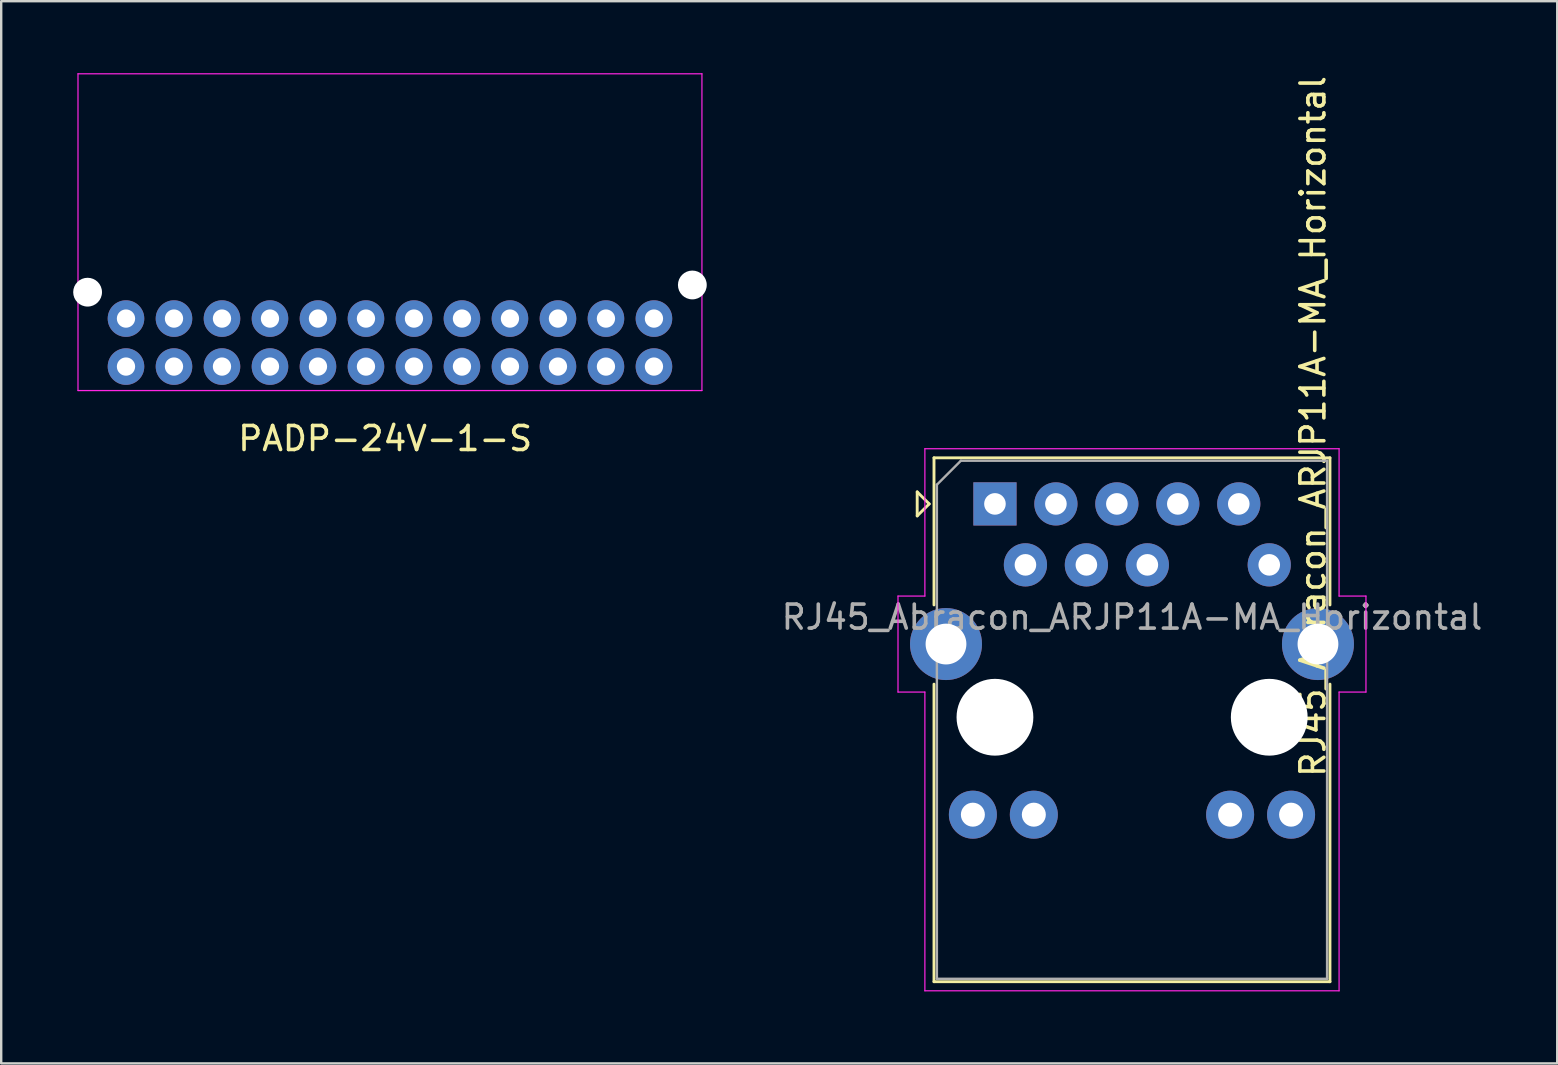
<source format=kicad_pcb>
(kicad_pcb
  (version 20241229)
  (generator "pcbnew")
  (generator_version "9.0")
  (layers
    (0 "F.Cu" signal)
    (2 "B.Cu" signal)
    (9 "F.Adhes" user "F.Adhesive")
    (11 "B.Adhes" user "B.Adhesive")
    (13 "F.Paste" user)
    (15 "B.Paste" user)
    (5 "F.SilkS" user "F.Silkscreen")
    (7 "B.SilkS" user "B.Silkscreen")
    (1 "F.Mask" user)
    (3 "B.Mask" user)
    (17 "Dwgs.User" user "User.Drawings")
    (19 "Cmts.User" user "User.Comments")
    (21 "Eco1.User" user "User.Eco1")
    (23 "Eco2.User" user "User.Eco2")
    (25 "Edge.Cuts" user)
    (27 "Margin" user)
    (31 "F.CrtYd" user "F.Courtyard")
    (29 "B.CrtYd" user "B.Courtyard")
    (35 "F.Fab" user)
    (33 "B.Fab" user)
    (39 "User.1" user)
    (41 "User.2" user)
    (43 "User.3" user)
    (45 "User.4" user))
  (footprint "RJ45_Abracon_ARJP11A-MA_Horizontal"
    (layer "F.Cu")
    (at 38.41 17.948)
    (property "Reference" "RJ45_Abracon_ARJP11A-MA_Horizontal" (at 13.251 -3.228 90) (layer "F.SilkS") (effects (font (size 1 1) (thickness 0.15))))
    (attr through_hole)
    (fp_line (start -3.24 -0.5) (end -3.24 0.5) (stroke (width 0.12) (type solid)) (layer "F.SilkS"))
    (fp_line (start -3.24 0.5) (end -2.74 0) (stroke (width 0.12) (type solid)) (layer "F.SilkS"))
    (fp_line (start -2.74 0) (end -3.24 -0.5) (stroke (width 0.12) (type solid)) (layer "F.SilkS"))
    (fp_line (start -2.54 -1.92) (end -2.54 4.21) (stroke (width 0.12) (type solid)) (layer "F.SilkS"))
    (fp_line (start -2.54 -1.92) (end 13.96 -1.92) (stroke (width 0.12) (type solid)) (layer "F.SilkS"))
    (fp_line (start -2.54 7.51) (end -2.54 19.91) (stroke (width 0.12) (type solid)) (layer "F.SilkS"))
    (fp_line (start -2.54 19.91) (end 13.96 19.91) (stroke (width 0.12) (type solid)) (layer "F.SilkS"))
    (fp_line (start 13.96 -1.92) (end 13.96 4.21) (stroke (width 0.12) (type solid)) (layer "F.SilkS"))
    (fp_line (start 13.96 7.51) (end 13.96 19.91) (stroke (width 0.12) (type solid)) (layer "F.SilkS"))
    (fp_line (start -4.04 3.84) (end -4.04 7.84) (stroke (width 0.05) (type solid)) (layer "F.CrtYd"))
    (fp_line (start -4.04 7.84) (end -2.92 7.84) (stroke (width 0.05) (type solid)) (layer "F.CrtYd"))
    (fp_line (start -2.92 -2.3) (end -2.92 3.84) (stroke (width 0.05) (type solid)) (layer "F.CrtYd"))
    (fp_line (start -2.92 -2.3) (end 14.34 -2.3) (stroke (width 0.05) (type solid)) (layer "F.CrtYd"))
    (fp_line (start -2.92 3.84) (end -4.04 3.84) (stroke (width 0.05) (type solid)) (layer "F.CrtYd"))
    (fp_line (start -2.92 7.84) (end -2.92 20.29) (stroke (width 0.05) (type solid)) (layer "F.CrtYd"))
    (fp_line (start -2.92 20.29) (end 14.34 20.29) (stroke (width 0.05) (type solid)) (layer "F.CrtYd"))
    (fp_line (start 14.34 -2.3) (end 14.34 3.84) (stroke (width 0.05) (type solid)) (layer "F.CrtYd"))
    (fp_line (start 14.34 7.84) (end 14.34 20.29) (stroke (width 0.05) (type solid)) (layer "F.CrtYd"))
    (fp_line (start 14.34 7.84) (end 15.46 7.84) (stroke (width 0.05) (type solid)) (layer "F.CrtYd"))
    (fp_line (start 15.46 3.84) (end 14.34 3.84) (stroke (width 0.05) (type solid)) (layer "F.CrtYd"))
    (fp_line (start 15.46 3.84) (end 15.46 7.84) (stroke (width 0.05) (type solid)) (layer "F.CrtYd"))
    (fp_line (start -2.42 -0.8) (end -1.42 -1.8) (stroke (width 0.1) (type solid)) (layer "F.Fab"))
    (fp_line (start -2.42 19.79) (end -2.42 -0.8) (stroke (width 0.1) (type solid)) (layer "F.Fab"))
    (fp_line (start -1.42 -1.8) (end 13.84 -1.8) (stroke (width 0.1) (type solid)) (layer "F.Fab"))
    (fp_line (start 13.84 -1.8) (end 13.84 19.79) (stroke (width 0.1) (type solid)) (layer "F.Fab"))
    (fp_line (start 13.84 19.79) (end -2.42 19.79) (stroke (width 0.1) (type solid)) (layer "F.Fab"))
    (fp_text user "${REFERENCE}" (at 5.71 4.72 180) (layer "F.Fab") (effects (font (size 1 1) (thickness 0.15))))
    (pad "" np_thru_hole circle (at 0 8.89) (size 3.2 3.2) (drill 3.2) (layers "*.Cu" "*.Mask"))
    (pad "" np_thru_hole circle (at 11.43 8.89) (size 3.2 3.2) (drill 3.2) (layers "*.Cu" "*.Mask"))
    (pad "1" thru_hole rect (at 0 0) (size 1.8 1.8) (drill 0.9) (layers "*.Cu" "*.Mask"))
    (pad "2" thru_hole circle (at 1.27 2.54) (size 1.8 1.8) (drill 0.9) (layers "*.Cu" "*.Mask"))
    (pad "3" thru_hole circle (at 2.54 0) (size 1.8 1.8) (drill 0.9) (layers "*.Cu" "*.Mask"))
    (pad "4" thru_hole circle (at 3.81 2.54) (size 1.8 1.8) (drill 0.9) (layers "*.Cu" "*.Mask"))
    (pad "5" thru_hole circle (at 5.08 0) (size 1.8 1.8) (drill 0.9) (layers "*.Cu" "*.Mask"))
    (pad "6" thru_hole circle (at 6.35 2.54) (size 1.8 1.8) (drill 0.9) (layers "*.Cu" "*.Mask"))
    (pad "7" thru_hole circle (at 7.62 0) (size 1.8 1.8) (drill 0.9) (layers "*.Cu" "*.Mask"))
    (pad "9" thru_hole circle (at 10.16 0) (size 1.8 1.8) (drill 0.9) (layers "*.Cu" "*.Mask"))
    (pad "10" thru_hole circle (at 11.43 2.54) (size 1.8 1.8) (drill 0.9) (layers "*.Cu" "*.Mask"))
    (pad "11" thru_hole circle (at -0.92 12.95) (size 2 2) (drill 1) (layers "*.Cu" "*.Mask"))
    (pad "12" thru_hole circle (at 1.62 12.95) (size 2 2) (drill 1) (layers "*.Cu" "*.Mask"))
    (pad "13" thru_hole circle (at 9.8 12.95) (size 2 2) (drill 1) (layers "*.Cu" "*.Mask"))
    (pad "14" thru_hole circle (at 12.34 12.95) (size 2 2) (drill 1) (layers "*.Cu" "*.Mask"))
    (pad "15" thru_hole circle (at -2.04 5.84) (size 3 3) (drill 1.7) (layers "*.Cu" "*.Mask"))
    (pad "15" thru_hole circle (at 13.46 5.84) (size 3 3) (drill 1.7) (layers "*.Cu" "*.Mask")))
  (footprint "PADP-24V-1-S"
    (layer "F.Cu")
    (at 2.2 10.225)
    (property "Reference" "PADP-24V-1-S" (at 10.8 5 0) (unlocked yes) (layer "F.SilkS") (effects (font (size 1 1) (thickness 0.15))))
    (attr through_hole)
    (fp_line (start -2 -10.2) (end 24 -10.2) (stroke (width 0.05) (type solid)) (layer "F.CrtYd"))
    (fp_line (start -2 3) (end -2 -10.2) (stroke (width 0.05) (type solid)) (layer "F.CrtYd"))
    (fp_line (start -2 3) (end 24 3) (stroke (width 0.05) (type solid)) (layer "F.CrtYd"))
    (fp_line (start 24 -10.2) (end 24 3) (stroke (width 0.05) (type solid)) (layer "F.CrtYd"))
    (pad "" np_thru_hole circle (at -1.6 -1.1) (size 1.2 1.2) (drill 1.2) (layers "*.Cu" "*.Mask"))
    (pad "" np_thru_hole circle (at 23.6 -1.4) (size 1.2 1.2) (drill 1.2) (layers "*.Cu" "*.Mask"))
    (pad "1" thru_hole circle (at 22 2) (size 1.524 1.524) (drill 0.762) (layers "*.Cu" "*.Mask"))
    (pad "2" thru_hole circle (at 22 0) (size 1.524 1.524) (drill 0.762) (layers "*.Cu" "*.Mask"))
    (pad "3" thru_hole circle (at 20 2) (size 1.524 1.524) (drill 0.762) (layers "*.Cu" "*.Mask"))
    (pad "4" thru_hole circle (at 20 0) (size 1.524 1.524) (drill 0.762) (layers "*.Cu" "*.Mask"))
    (pad "5" thru_hole circle (at 18 2) (size 1.524 1.524) (drill 0.762) (layers "*.Cu" "*.Mask"))
    (pad "6" thru_hole circle (at 18 0) (size 1.524 1.524) (drill 0.762) (layers "*.Cu" "*.Mask"))
    (pad "7" thru_hole circle (at 16 2) (size 1.524 1.524) (drill 0.762) (layers "*.Cu" "*.Mask"))
    (pad "8" thru_hole circle (at 16 0) (size 1.524 1.524) (drill 0.762) (layers "*.Cu" "*.Mask"))
    (pad "9" thru_hole circle (at 14 2) (size 1.524 1.524) (drill 0.762) (layers "*.Cu" "*.Mask"))
    (pad "10" thru_hole circle (at 14 0) (size 1.524 1.524) (drill 0.762) (layers "*.Cu" "*.Mask"))
    (pad "11" thru_hole circle (at 12 2) (size 1.524 1.524) (drill 0.762) (layers "*.Cu" "*.Mask"))
    (pad "12" thru_hole circle (at 12 0) (size 1.524 1.524) (drill 0.762) (layers "*.Cu" "*.Mask"))
    (pad "13" thru_hole circle (at 10 2) (size 1.524 1.524) (drill 0.762) (layers "*.Cu" "*.Mask"))
    (pad "14" thru_hole circle (at 10 0) (size 1.524 1.524) (drill 0.762) (layers "*.Cu" "*.Mask"))
    (pad "15" thru_hole circle (at 8 2) (size 1.524 1.524) (drill 0.762) (layers "*.Cu" "*.Mask"))
    (pad "16" thru_hole circle (at 8 0) (size 1.524 1.524) (drill 0.762) (layers "*.Cu" "*.Mask"))
    (pad "17" thru_hole circle (at 6 2) (size 1.524 1.524) (drill 0.762) (layers "*.Cu" "*.Mask"))
    (pad "18" thru_hole circle (at 6 0) (size 1.524 1.524) (drill 0.762) (layers "*.Cu" "*.Mask"))
    (pad "19" thru_hole circle (at 4 2) (size 1.524 1.524) (drill 0.762) (layers "*.Cu" "*.Mask"))
    (pad "20" thru_hole circle (at 4 0) (size 1.524 1.524) (drill 0.762) (layers "*.Cu" "*.Mask"))
    (pad "21" thru_hole circle (at 2 2) (size 1.524 1.524) (drill 0.762) (layers "*.Cu" "*.Mask"))
    (pad "22" thru_hole circle (at 2 0) (size 1.524 1.524) (drill 0.762) (layers "*.Cu" "*.Mask"))
    (pad "23" thru_hole circle (at 0 2) (size 1.524 1.524) (drill 0.762) (layers "*.Cu" "*.Mask"))
    (pad "24" thru_hole circle (at 0 0) (size 1.524 1.524) (drill 0.762) (layers "*.Cu" "*.Mask")))
  (gr_rect
    (start -3 -3)
    (end 61.84 41.263)
    (stroke (width 0.1) (type default))
    (fill no)
    (layer "Edge.Cuts")))
</source>
